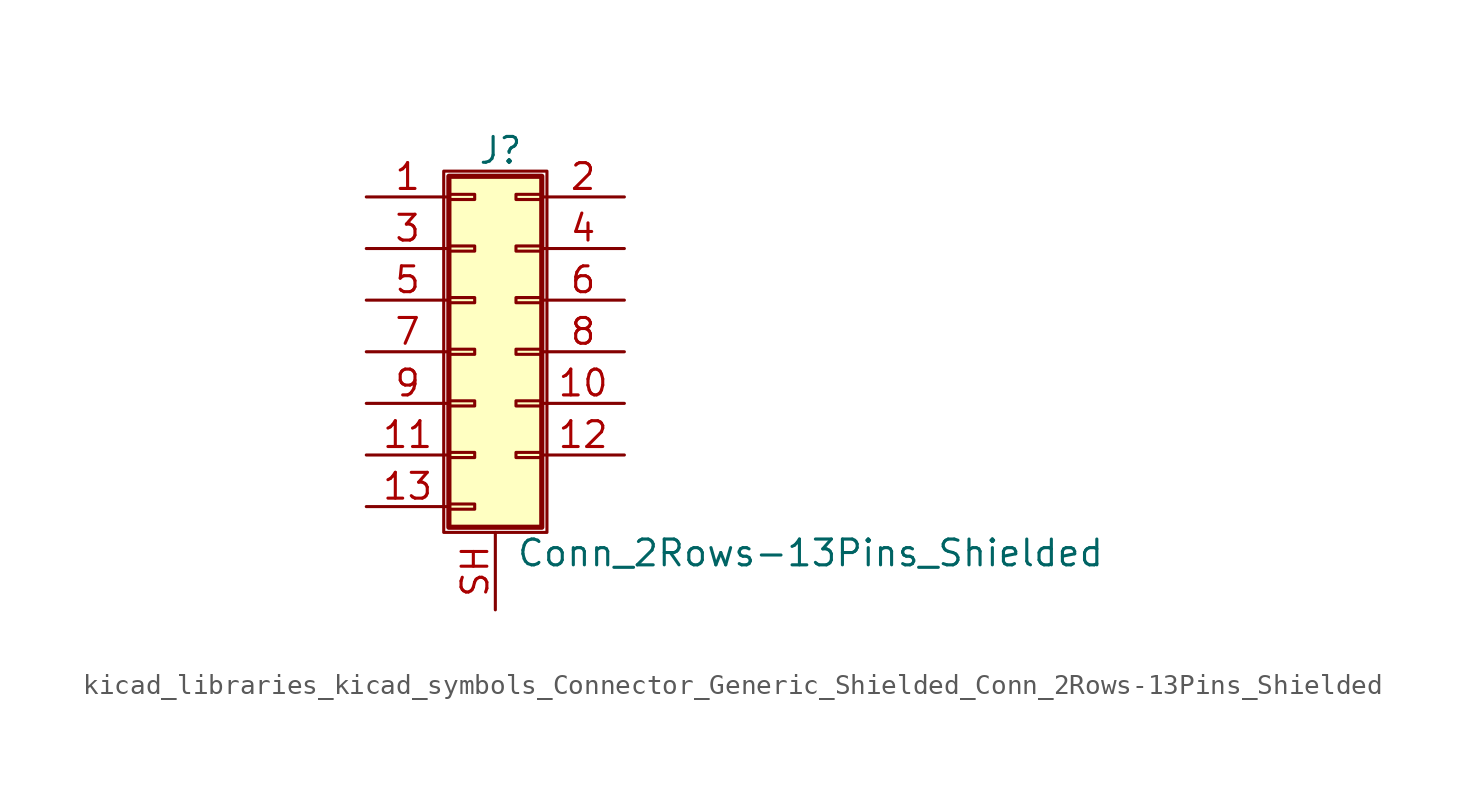
<source format=kicad_sym>
(kicad_symbol_lib
  (version 20220914)
  (generator kicad_symbol_editor)
  (symbol "kicad_libraries_kicad_symbols_Connector_Generic_Shielded_Conn_2Rows-13Pins_Shielded"
    (pin_names
      (offset 1.016) hide)
    (property "Reference" "J"
      (at 1.524 9.906 0)
      (effects (font (size 1.27 1.27))))
    (property "Value" "Conn_2Rows-13Pins_Shielded"
      (at 2.286 -9.906 0)
      (effects (font (size 1.27 1.27)) (justify left)))
    (symbol "kicad_libraries_kicad_symbols_Connector_Generic_Shielded_Conn_2Rows-13Pins_Shielded_1_1"
      (rectangle (start -1.27 8.89) (end 3.81 -8.89) (stroke (width 0.152) (type default)) (fill (type none)))
      (rectangle (start -1.016 -7.493) (end 0.254 -7.747) (stroke (width 0.152) (type default)) (fill (type none)))
      (rectangle (start -1.016 -4.953) (end 0.254 -5.207) (stroke (width 0.152) (type default)) (fill (type none)))
      (rectangle (start -1.016 -2.413) (end 0.254 -2.667) (stroke (width 0.152) (type default)) (fill (type none)))
      (rectangle (start -1.016 0.127) (end 0.254 -0.127) (stroke (width 0.152) (type default)) (fill (type none)))
      (rectangle (start -1.016 2.667) (end 0.254 2.413) (stroke (width 0.152) (type default)) (fill (type none)))
      (rectangle (start -1.016 5.207) (end 0.254 4.953) (stroke (width 0.152) (type default)) (fill (type none)))
      (rectangle (start -1.016 7.747) (end 0.254 7.493) (stroke (width 0.152) (type default)) (fill (type none)))
      (rectangle (start -1.016 8.636) (end 3.556 -8.636) (stroke (width 0.254) (type default)) (fill (type background)))
      (rectangle (start 3.556 -4.953) (end 2.286 -5.207) (stroke (width 0.152) (type default)) (fill (type none)))
      (rectangle (start 3.556 -2.413) (end 2.286 -2.667) (stroke (width 0.152) (type default)) (fill (type none)))
      (rectangle (start 3.556 0.127) (end 2.286 -0.127) (stroke (width 0.152) (type default)) (fill (type none)))
      (rectangle (start 3.556 2.667) (end 2.286 2.413) (stroke (width 0.152) (type default)) (fill (type none)))
      (rectangle (start 3.556 5.207) (end 2.286 4.953) (stroke (width 0.152) (type default)) (fill (type none)))
      (rectangle (start 3.556 7.747) (end 2.286 7.493) (stroke (width 0.152) (type default)) (fill (type none)))
      (pin passive line (at -5.08 7.62 0) (length 4.064) (name "Pin_1" (effects (font (size 1.27 1.27)))) (number "1" (effects (font (size 1.27 1.27)))))
      (pin passive line (at 7.62 -2.54 180) (length 4.064) (name "Pin_10" (effects (font (size 1.27 1.27)))) (number "10" (effects (font (size 1.27 1.27)))))
      (pin passive line (at -5.08 -5.08 0) (length 4.064) (name "Pin_11" (effects (font (size 1.27 1.27)))) (number "11" (effects (font (size 1.27 1.27)))))
      (pin passive line (at 7.62 -5.08 180) (length 4.064) (name "Pin_12" (effects (font (size 1.27 1.27)))) (number "12" (effects (font (size 1.27 1.27)))))
      (pin passive line (at -5.08 -7.62 0) (length 4.064) (name "Pin_13" (effects (font (size 1.27 1.27)))) (number "13" (effects (font (size 1.27 1.27)))))
      (pin passive line (at 7.62 7.62 180) (length 4.064) (name "Pin_2" (effects (font (size 1.27 1.27)))) (number "2" (effects (font (size 1.27 1.27)))))
      (pin passive line (at -5.08 5.08 0) (length 4.064) (name "Pin_3" (effects (font (size 1.27 1.27)))) (number "3" (effects (font (size 1.27 1.27)))))
      (pin passive line (at 7.62 5.08 180) (length 4.064) (name "Pin_4" (effects (font (size 1.27 1.27)))) (number "4" (effects (font (size 1.27 1.27)))))
      (pin passive line (at -5.08 2.54 0) (length 4.064) (name "Pin_5" (effects (font (size 1.27 1.27)))) (number "5" (effects (font (size 1.27 1.27)))))
      (pin passive line (at 7.62 2.54 180) (length 4.064) (name "Pin_6" (effects (font (size 1.27 1.27)))) (number "6" (effects (font (size 1.27 1.27)))))
      (pin passive line (at -5.08 0 0) (length 4.064) (name "Pin_7" (effects (font (size 1.27 1.27)))) (number "7" (effects (font (size 1.27 1.27)))))
      (pin passive line (at 7.62 0 180) (length 4.064) (name "Pin_8" (effects (font (size 1.27 1.27)))) (number "8" (effects (font (size 1.27 1.27)))))
      (pin passive line (at -5.08 -2.54 0) (length 4.064) (name "Pin_9" (effects (font (size 1.27 1.27)))) (number "9" (effects (font (size 1.27 1.27)))))
      (pin passive line (at 1.27 -12.7 90) (length 3.81) (name "Shield" (effects (font (size 1.27 1.27)))) (number "SH" (effects (font (size 1.27 1.27))))))))
</source>
